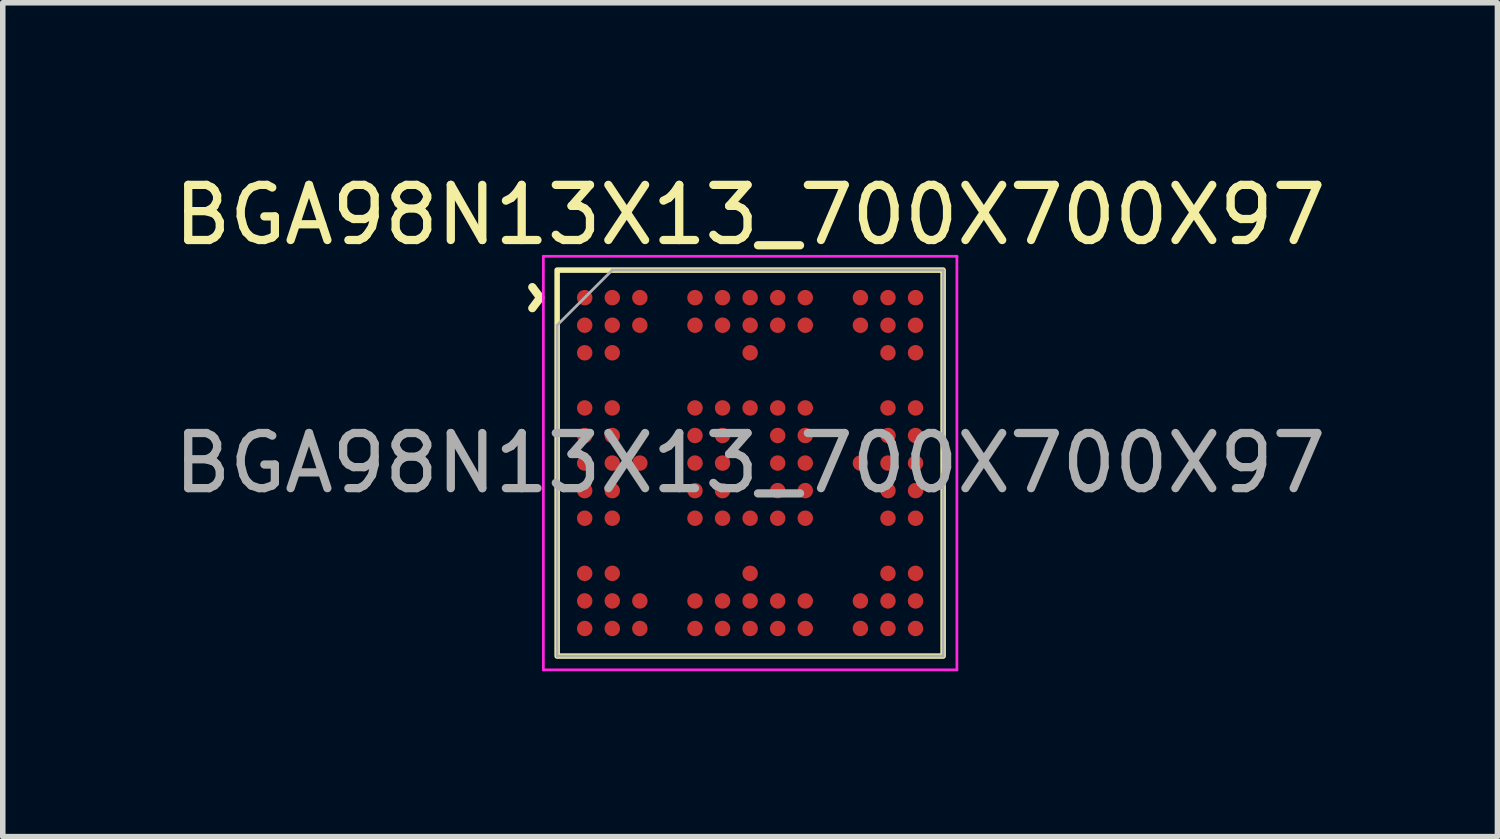
<source format=kicad_pcb>
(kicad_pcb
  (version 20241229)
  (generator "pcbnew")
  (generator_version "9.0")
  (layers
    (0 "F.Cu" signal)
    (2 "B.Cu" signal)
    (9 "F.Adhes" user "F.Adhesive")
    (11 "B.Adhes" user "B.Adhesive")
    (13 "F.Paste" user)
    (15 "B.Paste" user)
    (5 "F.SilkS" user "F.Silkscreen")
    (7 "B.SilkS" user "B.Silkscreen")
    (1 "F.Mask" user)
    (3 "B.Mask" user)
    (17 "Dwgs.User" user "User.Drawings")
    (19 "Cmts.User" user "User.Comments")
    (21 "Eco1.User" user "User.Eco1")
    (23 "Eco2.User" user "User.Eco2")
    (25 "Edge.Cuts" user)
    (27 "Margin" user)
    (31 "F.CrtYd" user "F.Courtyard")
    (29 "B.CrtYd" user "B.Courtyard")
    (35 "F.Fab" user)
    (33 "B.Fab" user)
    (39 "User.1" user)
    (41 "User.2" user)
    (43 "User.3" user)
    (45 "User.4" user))
  (footprint "BGA98N13X13_700X700X97"
    (layer "F.Cu")
    (at 10.554 5.348)
    (property "Reference" "BGA98N13X13_700X700X97" (at 0 -4.5 0) (layer "F.SilkS") (effects (font (size 1 1) (thickness 0.15))))
    (attr through_hole)
    (fp_rect (start 3.5 -3.5) (end -3.5 3.5) (stroke (width 0.1) (type solid)) (fill no) (layer "F.SilkS"))
    (fp_line (start -3.75 -3.75) (end 3.75 -3.75) (stroke (width 0.05) (type solid)) (layer "F.CrtYd"))
    (fp_line (start -3.75 3.75) (end -3.75 -3.75) (stroke (width 0.05) (type solid)) (layer "F.CrtYd"))
    (fp_line (start 3.75 -3.75) (end 3.75 3.75) (stroke (width 0.05) (type solid)) (layer "F.CrtYd"))
    (fp_line (start 3.75 3.75) (end -3.75 3.75) (stroke (width 0.05) (type solid)) (layer "F.CrtYd"))
    (fp_line (start -3.5 -2.5) (end -3.5 3.5) (stroke (width 0.05) (type solid)) (layer "F.Fab"))
    (fp_line (start -3.5 3.5) (end 3.5 3.5) (stroke (width 0.05) (type solid)) (layer "F.Fab"))
    (fp_line (start -2.5 -3.5) (end -3.5 -2.5) (stroke (width 0.05) (type solid)) (layer "F.Fab"))
    (fp_line (start 3.5 -3.5) (end -2.5 -3.5) (stroke (width 0.05) (type solid)) (layer "F.Fab"))
    (fp_line (start 3.5 3.5) (end 3.5 -3.5) (stroke (width 0.05) (type solid)) (layer "F.Fab"))
    (fp_text user "^" (at -4.4 -3 270) (unlocked yes) (layer "F.SilkS") (effects (font (size 1 1) (thickness 0.15))))
    (fp_text user "${REFERENCE}" (at 0 0 0) (unlocked yes) (layer "F.Fab") (effects (font (size 1 1) (thickness 0.15))))
    (pad "A1" smd circle (at -3 -3) (size 0.28 0.28) (layers "F.Cu" "F.Mask" "F.Paste"))
    (pad "A2" smd circle (at -2.5 -3) (size 0.28 0.28) (layers "F.Cu" "F.Mask" "F.Paste"))
    (pad "A3" smd circle (at -2 -3) (size 0.28 0.28) (layers "F.Cu" "F.Mask" "F.Paste"))
    (pad "A5" smd circle (at -1 -3) (size 0.28 0.28) (layers "F.Cu" "F.Mask" "F.Paste"))
    (pad "A6" smd circle (at -0.5 -3) (size 0.28 0.28) (layers "F.Cu" "F.Mask" "F.Paste"))
    (pad "A7" smd circle (at 0 -3) (size 0.28 0.28) (layers "F.Cu" "F.Mask" "F.Paste"))
    (pad "A8" smd circle (at 0.5 -3) (size 0.28 0.28) (layers "F.Cu" "F.Mask" "F.Paste"))
    (pad "A9" smd circle (at 1 -3) (size 0.28 0.28) (layers "F.Cu" "F.Mask" "F.Paste"))
    (pad "A11" smd circle (at 2 -3) (size 0.28 0.28) (layers "F.Cu" "F.Mask" "F.Paste"))
    (pad "A12" smd circle (at 2.5 -3) (size 0.28 0.28) (layers "F.Cu" "F.Mask" "F.Paste"))
    (pad "A13" smd circle (at 3 -3) (size 0.28 0.28) (layers "F.Cu" "F.Mask" "F.Paste"))
    (pad "B1" smd circle (at -3 -2.5) (size 0.28 0.28) (layers "F.Cu" "F.Mask" "F.Paste"))
    (pad "B2" smd circle (at -2.5 -2.5) (size 0.28 0.28) (layers "F.Cu" "F.Mask" "F.Paste"))
    (pad "B3" smd circle (at -2 -2.5) (size 0.28 0.28) (layers "F.Cu" "F.Mask" "F.Paste"))
    (pad "B5" smd circle (at -1 -2.5) (size 0.28 0.28) (layers "F.Cu" "F.Mask" "F.Paste"))
    (pad "B6" smd circle (at -0.5 -2.5) (size 0.28 0.28) (layers "F.Cu" "F.Mask" "F.Paste"))
    (pad "B7" smd circle (at 0 -2.5) (size 0.28 0.28) (layers "F.Cu" "F.Mask" "F.Paste"))
    (pad "B8" smd circle (at 0.5 -2.5) (size 0.28 0.28) (layers "F.Cu" "F.Mask" "F.Paste"))
    (pad "B9" smd circle (at 1 -2.5) (size 0.28 0.28) (layers "F.Cu" "F.Mask" "F.Paste"))
    (pad "B11" smd circle (at 2 -2.5) (size 0.28 0.28) (layers "F.Cu" "F.Mask" "F.Paste"))
    (pad "B12" smd circle (at 2.5 -2.5) (size 0.28 0.28) (layers "F.Cu" "F.Mask" "F.Paste"))
    (pad "B13" smd circle (at 3 -2.5) (size 0.28 0.28) (layers "F.Cu" "F.Mask" "F.Paste"))
    (pad "C1" smd circle (at -3 -2) (size 0.28 0.28) (layers "F.Cu" "F.Mask" "F.Paste"))
    (pad "C2" smd circle (at -2.5 -2) (size 0.28 0.28) (layers "F.Cu" "F.Mask" "F.Paste"))
    (pad "C7" smd circle (at 0 -2) (size 0.28 0.28) (layers "F.Cu" "F.Mask" "F.Paste"))
    (pad "C12" smd circle (at 2.5 -2) (size 0.28 0.28) (layers "F.Cu" "F.Mask" "F.Paste"))
    (pad "C13" smd circle (at 3 -2) (size 0.28 0.28) (layers "F.Cu" "F.Mask" "F.Paste"))
    (pad "E1" smd circle (at -3 -1) (size 0.28 0.28) (layers "F.Cu" "F.Mask" "F.Paste"))
    (pad "E2" smd circle (at -2.5 -1) (size 0.28 0.28) (layers "F.Cu" "F.Mask" "F.Paste"))
    (pad "E5" smd circle (at -1 -1) (size 0.28 0.28) (layers "F.Cu" "F.Mask" "F.Paste"))
    (pad "E6" smd circle (at -0.5 -1) (size 0.28 0.28) (layers "F.Cu" "F.Mask" "F.Paste"))
    (pad "E7" smd circle (at 0 -1) (size 0.28 0.28) (layers "F.Cu" "F.Mask" "F.Paste"))
    (pad "E8" smd circle (at 0.5 -1) (size 0.28 0.28) (layers "F.Cu" "F.Mask" "F.Paste"))
    (pad "E9" smd circle (at 1 -1) (size 0.28 0.28) (layers "F.Cu" "F.Mask" "F.Paste"))
    (pad "E12" smd circle (at 2.5 -1) (size 0.28 0.28) (layers "F.Cu" "F.Mask" "F.Paste"))
    (pad "E13" smd circle (at 3 -1) (size 0.28 0.28) (layers "F.Cu" "F.Mask" "F.Paste"))
    (pad "F1" smd circle (at -3 -0.5) (size 0.28 0.28) (layers "F.Cu" "F.Mask" "F.Paste"))
    (pad "F2" smd circle (at -2.5 -0.5) (size 0.28 0.28) (layers "F.Cu" "F.Mask" "F.Paste"))
    (pad "F5" smd circle (at -1 -0.5) (size 0.28 0.28) (layers "F.Cu" "F.Mask" "F.Paste"))
    (pad "F6" smd circle (at -0.5 -0.5) (size 0.28 0.28) (layers "F.Cu" "F.Mask" "F.Paste"))
    (pad "F8" smd circle (at 0.5 -0.5) (size 0.28 0.28) (layers "F.Cu" "F.Mask" "F.Paste"))
    (pad "F9" smd circle (at 1 -0.5) (size 0.28 0.28) (layers "F.Cu" "F.Mask" "F.Paste"))
    (pad "F12" smd circle (at 2.5 -0.5) (size 0.28 0.28) (layers "F.Cu" "F.Mask" "F.Paste"))
    (pad "F13" smd circle (at 3 -0.5) (size 0.28 0.28) (layers "F.Cu" "F.Mask" "F.Paste"))
    (pad "G1" smd circle (at -3 0) (size 0.28 0.28) (layers "F.Cu" "F.Mask" "F.Paste"))
    (pad "G2" smd circle (at -2.5 0) (size 0.28 0.28) (layers "F.Cu" "F.Mask" "F.Paste"))
    (pad "G3" smd circle (at -2 0) (size 0.28 0.28) (layers "F.Cu" "F.Mask" "F.Paste"))
    (pad "G5" smd circle (at -1 0) (size 0.28 0.28) (layers "F.Cu" "F.Mask" "F.Paste"))
    (pad "G6" smd circle (at -0.5 0) (size 0.28 0.28) (layers "F.Cu" "F.Mask" "F.Paste"))
    (pad "G8" smd circle (at 0.5 0) (size 0.28 0.28) (layers "F.Cu" "F.Mask" "F.Paste"))
    (pad "G9" smd circle (at 1 0) (size 0.28 0.28) (layers "F.Cu" "F.Mask" "F.Paste"))
    (pad "G11" smd circle (at 2 0) (size 0.28 0.28) (layers "F.Cu" "F.Mask" "F.Paste"))
    (pad "G12" smd circle (at 2.5 0) (size 0.28 0.28) (layers "F.Cu" "F.Mask" "F.Paste"))
    (pad "G13" smd circle (at 3 0) (size 0.28 0.28) (layers "F.Cu" "F.Mask" "F.Paste"))
    (pad "H1" smd circle (at -3 0.5) (size 0.28 0.28) (layers "F.Cu" "F.Mask" "F.Paste"))
    (pad "H2" smd circle (at -2.5 0.5) (size 0.28 0.28) (layers "F.Cu" "F.Mask" "F.Paste"))
    (pad "H5" smd circle (at -1 0.5) (size 0.28 0.28) (layers "F.Cu" "F.Mask" "F.Paste"))
    (pad "H6" smd circle (at -0.5 0.5) (size 0.28 0.28) (layers "F.Cu" "F.Mask" "F.Paste"))
    (pad "H8" smd circle (at 0.5 0.5) (size 0.28 0.28) (layers "F.Cu" "F.Mask" "F.Paste"))
    (pad "H9" smd circle (at 1 0.5) (size 0.28 0.28) (layers "F.Cu" "F.Mask" "F.Paste"))
    (pad "H12" smd circle (at 2.5 0.5) (size 0.28 0.28) (layers "F.Cu" "F.Mask" "F.Paste"))
    (pad "H13" smd circle (at 3 0.5) (size 0.28 0.28) (layers "F.Cu" "F.Mask" "F.Paste"))
    (pad "J1" smd circle (at -3 1) (size 0.28 0.28) (layers "F.Cu" "F.Mask" "F.Paste"))
    (pad "J2" smd circle (at -2.5 1) (size 0.28 0.28) (layers "F.Cu" "F.Mask" "F.Paste"))
    (pad "J5" smd circle (at -1 1) (size 0.28 0.28) (layers "F.Cu" "F.Mask" "F.Paste"))
    (pad "J6" smd circle (at -0.5 1) (size 0.28 0.28) (layers "F.Cu" "F.Mask" "F.Paste"))
    (pad "J7" smd circle (at 0 1) (size 0.28 0.28) (layers "F.Cu" "F.Mask" "F.Paste"))
    (pad "J8" smd circle (at 0.5 1) (size 0.28 0.28) (layers "F.Cu" "F.Mask" "F.Paste"))
    (pad "J9" smd circle (at 1 1) (size 0.28 0.28) (layers "F.Cu" "F.Mask" "F.Paste"))
    (pad "J12" smd circle (at 2.5 1) (size 0.28 0.28) (layers "F.Cu" "F.Mask" "F.Paste"))
    (pad "J13" smd circle (at 3 1) (size 0.28 0.28) (layers "F.Cu" "F.Mask" "F.Paste"))
    (pad "L1" smd circle (at -3 2) (size 0.28 0.28) (layers "F.Cu" "F.Mask" "F.Paste"))
    (pad "L2" smd circle (at -2.5 2) (size 0.28 0.28) (layers "F.Cu" "F.Mask" "F.Paste"))
    (pad "L7" smd circle (at 0 2) (size 0.28 0.28) (layers "F.Cu" "F.Mask" "F.Paste"))
    (pad "L12" smd circle (at 2.5 2) (size 0.28 0.28) (layers "F.Cu" "F.Mask" "F.Paste"))
    (pad "L13" smd circle (at 3 2) (size 0.28 0.28) (layers "F.Cu" "F.Mask" "F.Paste"))
    (pad "M1" smd circle (at -3 2.5) (size 0.28 0.28) (layers "F.Cu" "F.Mask" "F.Paste"))
    (pad "M2" smd circle (at -2.5 2.5) (size 0.28 0.28) (layers "F.Cu" "F.Mask" "F.Paste"))
    (pad "M3" smd circle (at -2 2.5) (size 0.28 0.28) (layers "F.Cu" "F.Mask" "F.Paste"))
    (pad "M5" smd circle (at -1 2.5) (size 0.28 0.28) (layers "F.Cu" "F.Mask" "F.Paste"))
    (pad "M6" smd circle (at -0.5 2.5) (size 0.28 0.28) (layers "F.Cu" "F.Mask" "F.Paste"))
    (pad "M7" smd circle (at 0 2.5) (size 0.28 0.28) (layers "F.Cu" "F.Mask" "F.Paste"))
    (pad "M8" smd circle (at 0.5 2.5) (size 0.28 0.28) (layers "F.Cu" "F.Mask" "F.Paste"))
    (pad "M9" smd circle (at 1 2.5) (size 0.28 0.28) (layers "F.Cu" "F.Mask" "F.Paste"))
    (pad "M11" smd circle (at 2 2.5) (size 0.28 0.28) (layers "F.Cu" "F.Mask" "F.Paste"))
    (pad "M12" smd circle (at 2.5 2.5) (size 0.28 0.28) (layers "F.Cu" "F.Mask" "F.Paste"))
    (pad "M13" smd circle (at 3 2.5) (size 0.28 0.28) (layers "F.Cu" "F.Mask" "F.Paste"))
    (pad "N1" smd circle (at -3 3) (size 0.28 0.28) (layers "F.Cu" "F.Mask" "F.Paste"))
    (pad "N2" smd circle (at -2.5 3) (size 0.28 0.28) (layers "F.Cu" "F.Mask" "F.Paste"))
    (pad "N3" smd circle (at -2 3) (size 0.28 0.28) (layers "F.Cu" "F.Mask" "F.Paste"))
    (pad "N5" smd circle (at -1 3) (size 0.28 0.28) (layers "F.Cu" "F.Mask" "F.Paste"))
    (pad "N6" smd circle (at -0.5 3) (size 0.28 0.28) (layers "F.Cu" "F.Mask" "F.Paste"))
    (pad "N7" smd circle (at 0 3) (size 0.28 0.28) (layers "F.Cu" "F.Mask" "F.Paste"))
    (pad "N8" smd circle (at 0.5 3) (size 0.28 0.28) (layers "F.Cu" "F.Mask" "F.Paste"))
    (pad "N9" smd circle (at 1 3) (size 0.28 0.28) (layers "F.Cu" "F.Mask" "F.Paste"))
    (pad "N11" smd circle (at 2 3) (size 0.28 0.28) (layers "F.Cu" "F.Mask" "F.Paste"))
    (pad "N12" smd circle (at 2.5 3) (size 0.28 0.28) (layers "F.Cu" "F.Mask" "F.Paste"))
    (pad "N13" smd circle (at 3 3) (size 0.28 0.28) (layers "F.Cu" "F.Mask" "F.Paste")))
  (gr_rect
    (start -3 -3)
    (end 24.107 12.123)
    (stroke (width 0.1) (type default))
    (fill no)
    (layer "Edge.Cuts")))
</source>
